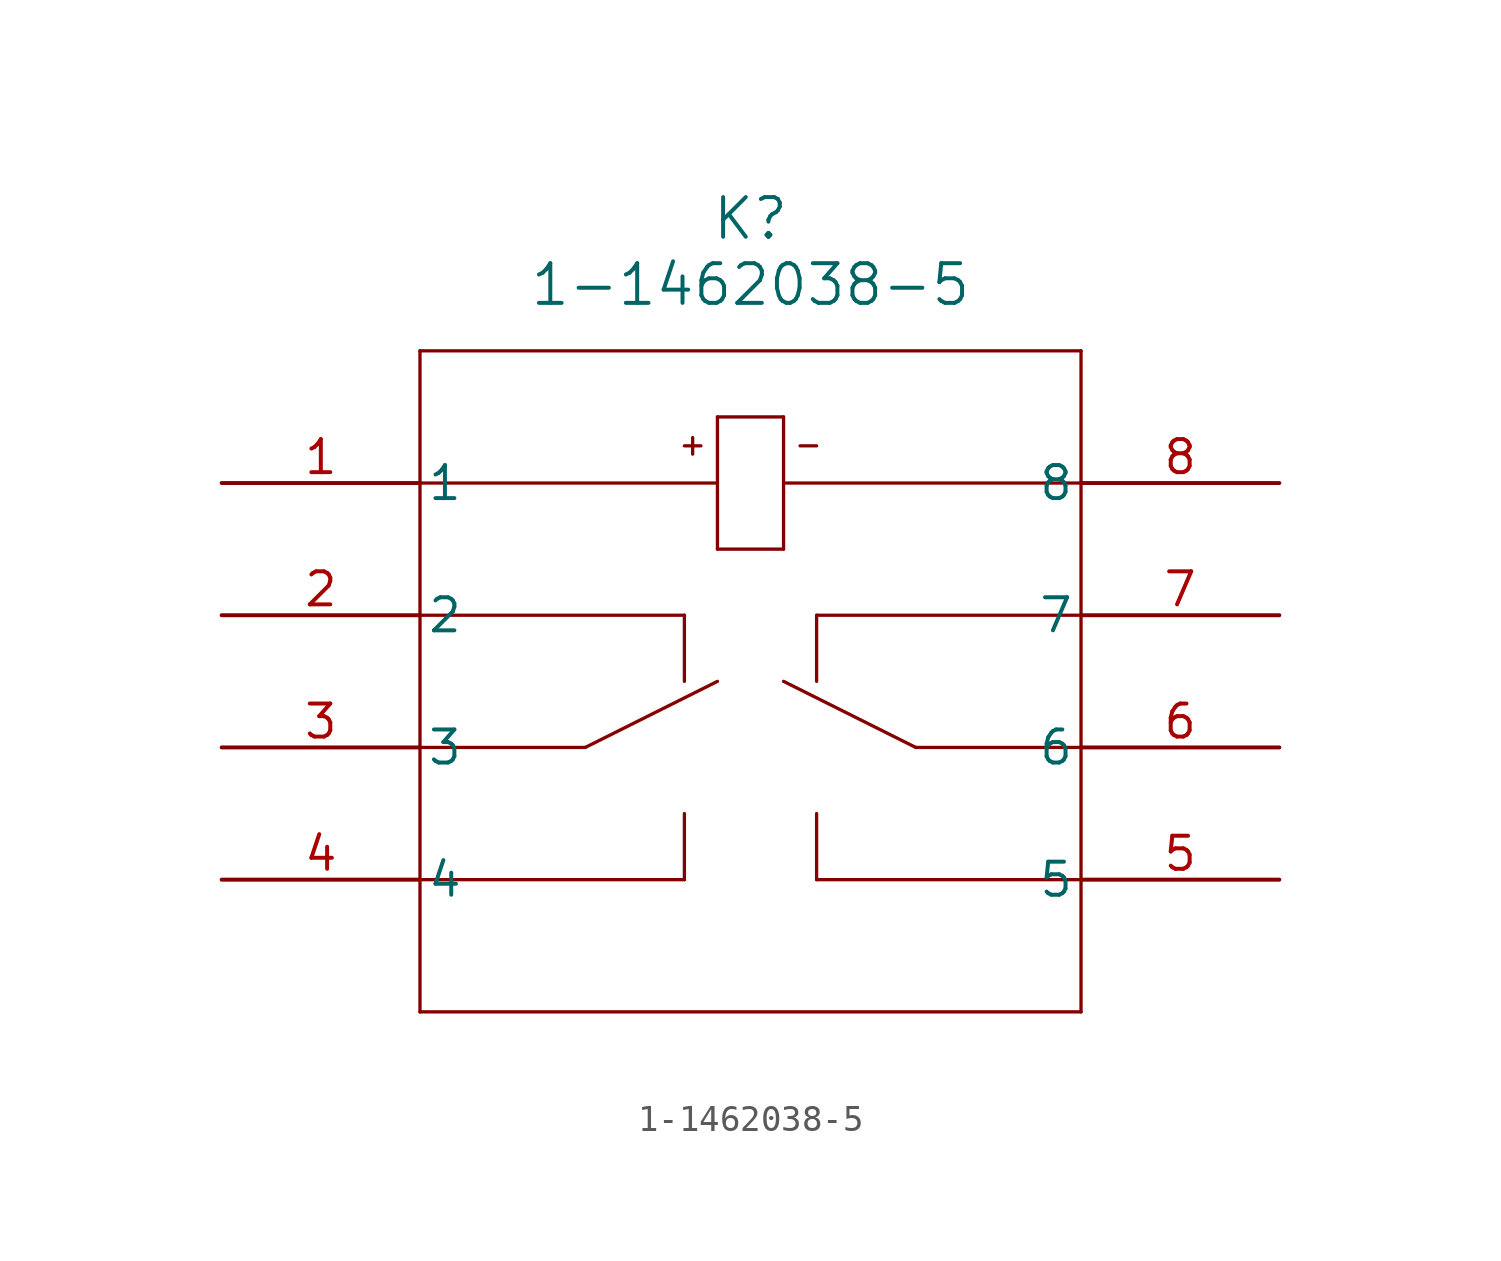
<source format=kicad_sym>
(kicad_symbol_lib
  (version 20211014)
  (generator kicad_symbol_editor)
  (symbol "1-1462038-5"
    (pin_names
      (offset 0.254))
    (property "Reference" "K"
      (at 20.32 10.16 0)
      (effects (font (size 1.524 1.524))))
    (property "Value" "1-1462038-5"
      (at 20.32 7.62 0)
      (effects (font (size 1.524 1.524))))
    (symbol "1-1462038-5_0_1"
      (polyline (pts (xy 7.62 5.08) (xy 7.62 -20.32)) (stroke (width 0.127) (type default) (color 0 0 0 0)) (fill (type none)))
      (polyline (pts (xy 7.62 -20.32) (xy 33.02 -20.32)) (stroke (width 0.127) (type default) (color 0 0 0 0)) (fill (type none)))
      (polyline (pts (xy 33.02 -20.32) (xy 33.02 5.08)) (stroke (width 0.127) (type default) (color 0 0 0 0)) (fill (type none)))
      (polyline (pts (xy 33.02 5.08) (xy 7.62 5.08)) (stroke (width 0.127) (type default) (color 0 0 0 0)) (fill (type none)))
      (polyline (pts (xy 7.62 -5.08) (xy 17.78 -5.08)) (stroke (width 0.127) (type default) (color 0 0 0 0)) (fill (type none)))
      (polyline (pts (xy 17.78 -5.08) (xy 17.78 -7.62)) (stroke (width 0.127) (type default) (color 0 0 0 0)) (fill (type none)))
      (polyline (pts (xy 17.78 -12.7) (xy 17.78 -15.24)) (stroke (width 0.127) (type default) (color 0 0 0 0)) (fill (type none)))
      (polyline (pts (xy 17.78 -15.24) (xy 7.62 -15.24)) (stroke (width 0.127) (type default) (color 0 0 0 0)) (fill (type none)))
      (polyline (pts (xy 33.02 -15.24) (xy 22.86 -15.24)) (stroke (width 0.127) (type default) (color 0 0 0 0)) (fill (type none)))
      (polyline (pts (xy 22.86 -15.24) (xy 22.86 -12.7)) (stroke (width 0.127) (type default) (color 0 0 0 0)) (fill (type none)))
      (polyline (pts (xy 22.86 -7.62) (xy 22.86 -5.08)) (stroke (width 0.127) (type default) (color 0 0 0 0)) (fill (type none)))
      (polyline (pts (xy 22.86 -5.08) (xy 33.02 -5.08)) (stroke (width 0.127) (type default) (color 0 0 0 0)) (fill (type none)))
      (polyline (pts (xy 19.05 2.54) (xy 19.05 -2.54)) (stroke (width 0.127) (type default) (color 0 0 0 0)) (fill (type none)))
      (polyline (pts (xy 19.05 -2.54) (xy 21.59 -2.54)) (stroke (width 0.127) (type default) (color 0 0 0 0)) (fill (type none)))
      (polyline (pts (xy 21.59 -2.54) (xy 21.59 2.54)) (stroke (width 0.127) (type default) (color 0 0 0 0)) (fill (type none)))
      (polyline (pts (xy 21.59 2.54) (xy 19.05 2.54)) (stroke (width 0.127) (type default) (color 0 0 0 0)) (fill (type none)))
      (polyline (pts (xy 7.62 0) (xy 19.05 0)) (stroke (width 0.127) (type default) (color 0 0 0 0)) (fill (type none)))
      (polyline (pts (xy 21.59 0) (xy 33.02 0)) (stroke (width 0.127) (type default) (color 0 0 0 0)) (fill (type none)))
      (polyline (pts (xy 7.62 -10.16) (xy 13.97 -10.16)) (stroke (width 0.127) (type default) (color 0 0 0 0)) (fill (type none)))
      (polyline (pts (xy 13.97 -10.16) (xy 19.05 -7.62)) (stroke (width 0.127) (type default) (color 0 0 0 0)) (fill (type none)))
      (polyline (pts (xy 33.02 -10.16) (xy 26.67 -10.16)) (stroke (width 0.127) (type default) (color 0 0 0 0)) (fill (type none)))
      (polyline (pts (xy 26.67 -10.16) (xy 21.59 -7.62)) (stroke (width 0.127) (type default) (color 0 0 0 0)) (fill (type none)))
      (polyline (pts (xy 18.098 1.746) (xy 18.098 1.111)) (stroke (width 0.127) (type default) (color 0 0 0 0)) (fill (type none)))
      (polyline (pts (xy 17.78 1.429) (xy 18.415 1.429)) (stroke (width 0.127) (type default) (color 0 0 0 0)) (fill (type none)))
      (polyline (pts (xy 22.225 1.429) (xy 22.86 1.429)) (stroke (width 0.127) (type default) (color 0 0 0 0)) (fill (type none)))
      (pin unspecified line (at 0 0 0) (length 7.62) (name "1" (effects (font (size 1.27 1.27)))) (number "1" (effects (font (size 1.27 1.27)))))
      (pin unspecified line (at 0 -5.08 0) (length 7.62) (name "2" (effects (font (size 1.27 1.27)))) (number "2" (effects (font (size 1.27 1.27)))))
      (pin unspecified line (at 0 -10.16 0) (length 7.62) (name "3" (effects (font (size 1.27 1.27)))) (number "3" (effects (font (size 1.27 1.27)))))
      (pin unspecified line (at 0 -15.24 0) (length 7.62) (name "4" (effects (font (size 1.27 1.27)))) (number "4" (effects (font (size 1.27 1.27)))))
      (pin unspecified line (at 40.64 -15.24 180) (length 7.62) (name "5" (effects (font (size 1.27 1.27)))) (number "5" (effects (font (size 1.27 1.27)))))
      (pin unspecified line (at 40.64 -10.16 180) (length 7.62) (name "6" (effects (font (size 1.27 1.27)))) (number "6" (effects (font (size 1.27 1.27)))))
      (pin unspecified line (at 40.64 -5.08 180) (length 7.62) (name "7" (effects (font (size 1.27 1.27)))) (number "7" (effects (font (size 1.27 1.27)))))
      (pin unspecified line (at 40.64 0 180) (length 7.62) (name "8" (effects (font (size 1.27 1.27)))) (number "8" (effects (font (size 1.27 1.27))))))))
</source>
